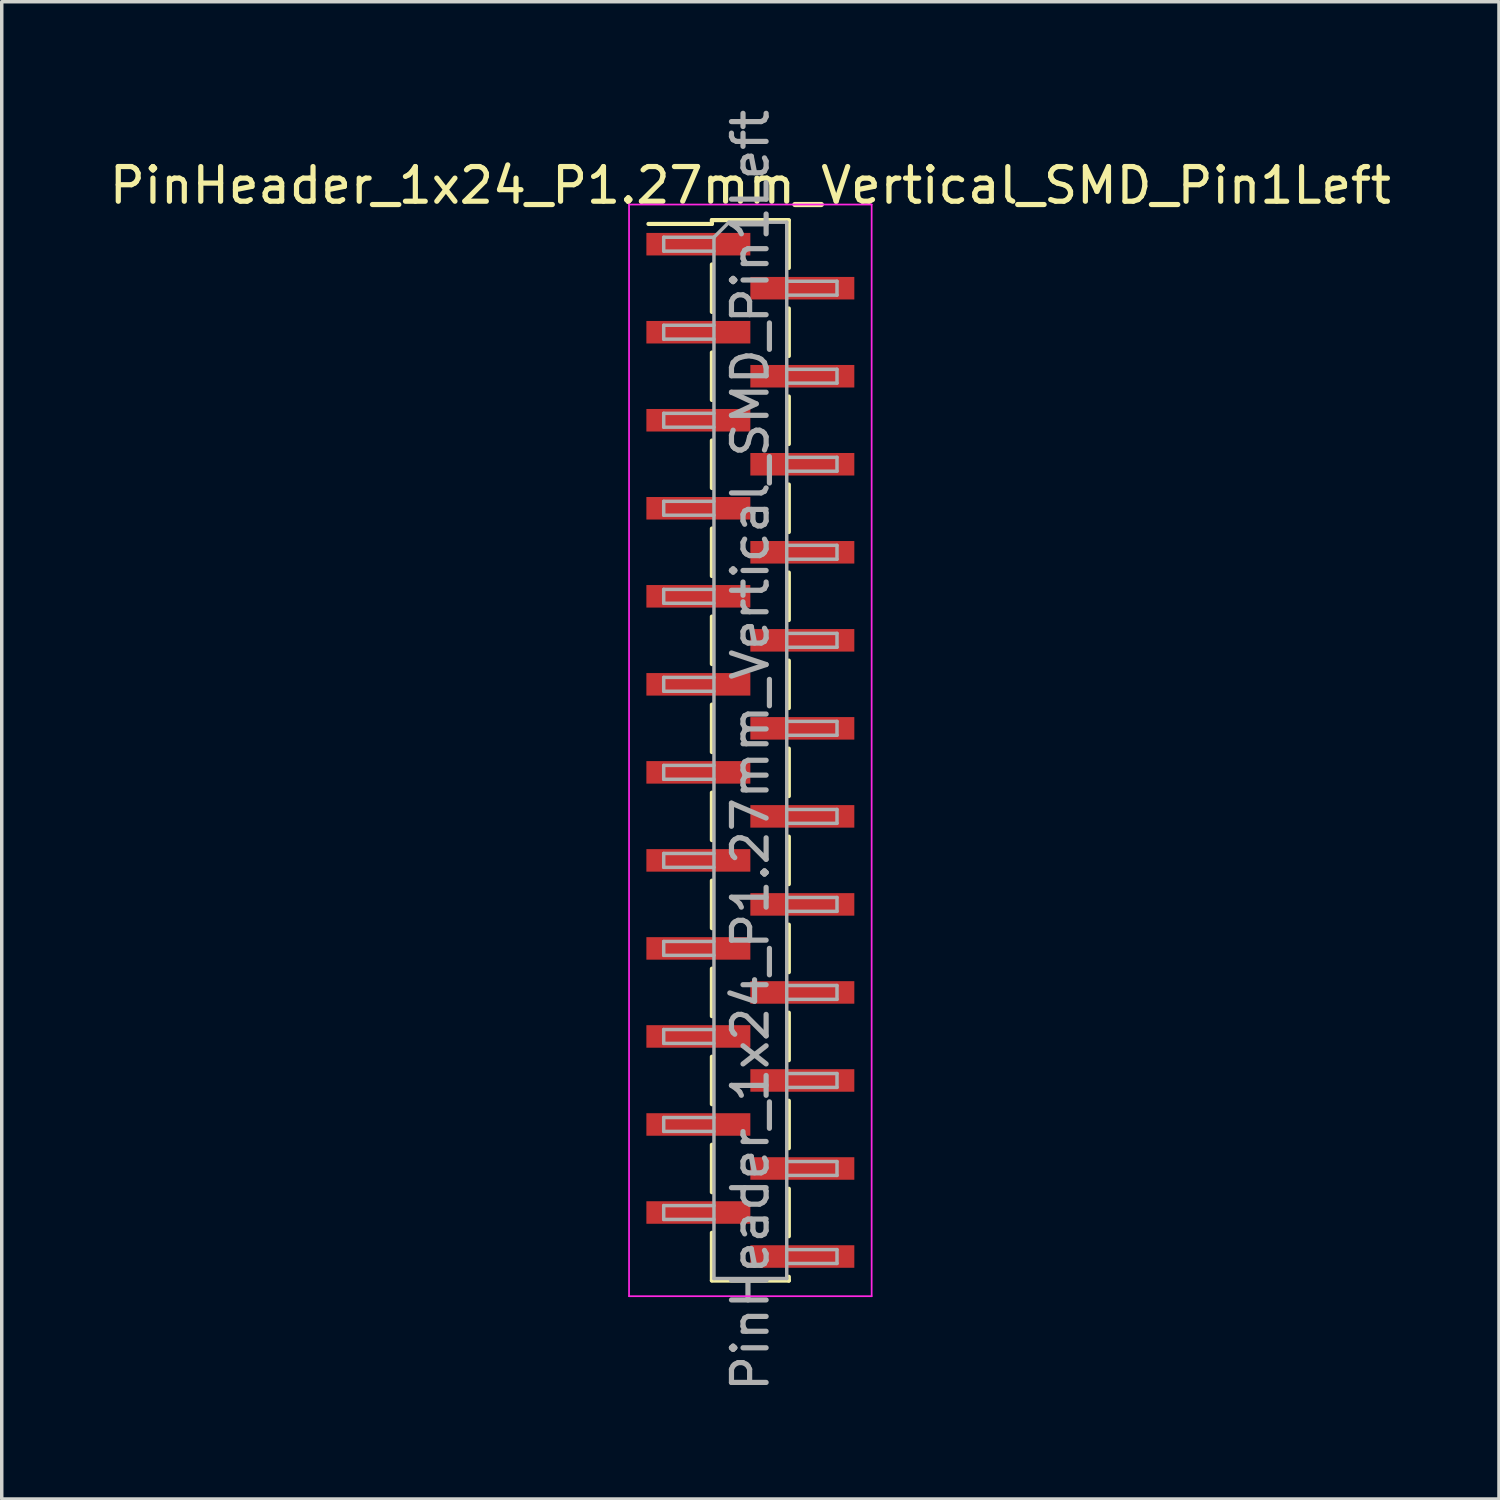
<source format=kicad_pcb>
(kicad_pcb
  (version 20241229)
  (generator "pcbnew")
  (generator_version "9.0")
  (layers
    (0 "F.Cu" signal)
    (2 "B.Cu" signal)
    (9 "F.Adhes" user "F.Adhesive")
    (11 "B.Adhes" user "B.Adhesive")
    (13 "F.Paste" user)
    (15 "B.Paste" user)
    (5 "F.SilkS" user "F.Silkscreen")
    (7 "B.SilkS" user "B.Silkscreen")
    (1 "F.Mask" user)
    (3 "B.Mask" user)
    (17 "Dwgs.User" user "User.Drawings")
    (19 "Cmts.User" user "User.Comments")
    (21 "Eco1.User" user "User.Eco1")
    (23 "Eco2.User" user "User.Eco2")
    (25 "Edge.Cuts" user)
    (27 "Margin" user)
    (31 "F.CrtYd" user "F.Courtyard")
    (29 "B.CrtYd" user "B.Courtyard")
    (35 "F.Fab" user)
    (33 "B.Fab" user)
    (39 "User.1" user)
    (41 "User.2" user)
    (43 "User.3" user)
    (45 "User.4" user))
  (footprint "PinHeader_1x24_P1.27mm_Vertical_SMD_Pin1Left"
    (layer "F.Cu")
    (at 18.601 18.601)
    (property "Reference" "PinHeader_1x24_P1.27mm_Vertical_SMD_Pin1Left" (at 0 -16.3 0) (layer "F.SilkS") (effects (font (size 1 1) (thickness 0.15))))
    (attr smd)
    (fp_line (start -1.11 -15.3) (end -1.11 -15.19) (stroke (width 0.12) (type solid)) (layer "F.SilkS"))
    (fp_line (start -1.11 -15.3) (end 1.11 -15.3) (stroke (width 0.12) (type solid)) (layer "F.SilkS"))
    (fp_line (start -1.11 -15.19) (end -2.94 -15.19) (stroke (width 0.12) (type solid)) (layer "F.SilkS"))
    (fp_line (start -1.11 -14.02) (end -1.11 -12.65) (stroke (width 0.12) (type solid)) (layer "F.SilkS"))
    (fp_line (start -1.11 -11.48) (end -1.11 -10.11) (stroke (width 0.12) (type solid)) (layer "F.SilkS"))
    (fp_line (start -1.11 -8.94) (end -1.11 -7.57) (stroke (width 0.12) (type solid)) (layer "F.SilkS"))
    (fp_line (start -1.11 -6.4) (end -1.11 -5.03) (stroke (width 0.12) (type solid)) (layer "F.SilkS"))
    (fp_line (start -1.11 -3.86) (end -1.11 -2.49) (stroke (width 0.12) (type solid)) (layer "F.SilkS"))
    (fp_line (start -1.11 -1.32) (end -1.11 0.05) (stroke (width 0.12) (type solid)) (layer "F.SilkS"))
    (fp_line (start -1.11 1.22) (end -1.11 2.59) (stroke (width 0.12) (type solid)) (layer "F.SilkS"))
    (fp_line (start -1.11 3.76) (end -1.11 5.13) (stroke (width 0.12) (type solid)) (layer "F.SilkS"))
    (fp_line (start -1.11 6.3) (end -1.11 7.67) (stroke (width 0.12) (type solid)) (layer "F.SilkS"))
    (fp_line (start -1.11 8.84) (end -1.11 10.21) (stroke (width 0.12) (type solid)) (layer "F.SilkS"))
    (fp_line (start -1.11 11.38) (end -1.11 12.75) (stroke (width 0.12) (type solid)) (layer "F.SilkS"))
    (fp_line (start -1.11 13.92) (end -1.11 15.29) (stroke (width 0.12) (type solid)) (layer "F.SilkS"))
    (fp_line (start -1.11 15.3) (end 1.11 15.3) (stroke (width 0.12) (type solid)) (layer "F.SilkS"))
    (fp_line (start 1.11 -15.29) (end 1.11 -13.92) (stroke (width 0.12) (type solid)) (layer "F.SilkS"))
    (fp_line (start 1.11 -12.75) (end 1.11 -11.38) (stroke (width 0.12) (type solid)) (layer "F.SilkS"))
    (fp_line (start 1.11 -10.21) (end 1.11 -8.84) (stroke (width 0.12) (type solid)) (layer "F.SilkS"))
    (fp_line (start 1.11 -7.67) (end 1.11 -6.3) (stroke (width 0.12) (type solid)) (layer "F.SilkS"))
    (fp_line (start 1.11 -5.13) (end 1.11 -3.76) (stroke (width 0.12) (type solid)) (layer "F.SilkS"))
    (fp_line (start 1.11 -2.59) (end 1.11 -1.22) (stroke (width 0.12) (type solid)) (layer "F.SilkS"))
    (fp_line (start 1.11 -0.05) (end 1.11 1.32) (stroke (width 0.12) (type solid)) (layer "F.SilkS"))
    (fp_line (start 1.11 2.49) (end 1.11 3.86) (stroke (width 0.12) (type solid)) (layer "F.SilkS"))
    (fp_line (start 1.11 5.03) (end 1.11 6.4) (stroke (width 0.12) (type solid)) (layer "F.SilkS"))
    (fp_line (start 1.11 7.57) (end 1.11 8.94) (stroke (width 0.12) (type solid)) (layer "F.SilkS"))
    (fp_line (start 1.11 10.11) (end 1.11 11.48) (stroke (width 0.12) (type solid)) (layer "F.SilkS"))
    (fp_line (start 1.11 12.65) (end 1.11 14.02) (stroke (width 0.12) (type solid)) (layer "F.SilkS"))
    (fp_line (start 1.11 15.19) (end 1.11 15.3) (stroke (width 0.12) (type solid)) (layer "F.SilkS"))
    (fp_line (start -3.5 -15.75) (end -3.5 15.75) (stroke (width 0.05) (type solid)) (layer "F.CrtYd"))
    (fp_line (start -3.5 15.75) (end 3.5 15.75) (stroke (width 0.05) (type solid)) (layer "F.CrtYd"))
    (fp_line (start 3.5 -15.75) (end -3.5 -15.75) (stroke (width 0.05) (type solid)) (layer "F.CrtYd"))
    (fp_line (start 3.5 15.75) (end 3.5 -15.75) (stroke (width 0.05) (type solid)) (layer "F.CrtYd"))
    (fp_line (start -2.5 -14.805) (end -2.5 -14.405) (stroke (width 0.1) (type solid)) (layer "F.Fab"))
    (fp_line (start -2.5 -14.405) (end -1.05 -14.405) (stroke (width 0.1) (type solid)) (layer "F.Fab"))
    (fp_line (start -2.5 -12.265) (end -2.5 -11.865) (stroke (width 0.1) (type solid)) (layer "F.Fab"))
    (fp_line (start -2.5 -11.865) (end -1.05 -11.865) (stroke (width 0.1) (type solid)) (layer "F.Fab"))
    (fp_line (start -2.5 -9.725) (end -2.5 -9.325) (stroke (width 0.1) (type solid)) (layer "F.Fab"))
    (fp_line (start -2.5 -9.325) (end -1.05 -9.325) (stroke (width 0.1) (type solid)) (layer "F.Fab"))
    (fp_line (start -2.5 -7.185) (end -2.5 -6.785) (stroke (width 0.1) (type solid)) (layer "F.Fab"))
    (fp_line (start -2.5 -6.785) (end -1.05 -6.785) (stroke (width 0.1) (type solid)) (layer "F.Fab"))
    (fp_line (start -2.5 -4.645) (end -2.5 -4.245) (stroke (width 0.1) (type solid)) (layer "F.Fab"))
    (fp_line (start -2.5 -4.245) (end -1.05 -4.245) (stroke (width 0.1) (type solid)) (layer "F.Fab"))
    (fp_line (start -2.5 -2.105) (end -2.5 -1.705) (stroke (width 0.1) (type solid)) (layer "F.Fab"))
    (fp_line (start -2.5 -1.705) (end -1.05 -1.705) (stroke (width 0.1) (type solid)) (layer "F.Fab"))
    (fp_line (start -2.5 0.435) (end -2.5 0.835) (stroke (width 0.1) (type solid)) (layer "F.Fab"))
    (fp_line (start -2.5 0.835) (end -1.05 0.835) (stroke (width 0.1) (type solid)) (layer "F.Fab"))
    (fp_line (start -2.5 2.975) (end -2.5 3.375) (stroke (width 0.1) (type solid)) (layer "F.Fab"))
    (fp_line (start -2.5 3.375) (end -1.05 3.375) (stroke (width 0.1) (type solid)) (layer "F.Fab"))
    (fp_line (start -2.5 5.515) (end -2.5 5.915) (stroke (width 0.1) (type solid)) (layer "F.Fab"))
    (fp_line (start -2.5 5.915) (end -1.05 5.915) (stroke (width 0.1) (type solid)) (layer "F.Fab"))
    (fp_line (start -2.5 8.055) (end -2.5 8.455) (stroke (width 0.1) (type solid)) (layer "F.Fab"))
    (fp_line (start -2.5 8.455) (end -1.05 8.455) (stroke (width 0.1) (type solid)) (layer "F.Fab"))
    (fp_line (start -2.5 10.595) (end -2.5 10.995) (stroke (width 0.1) (type solid)) (layer "F.Fab"))
    (fp_line (start -2.5 10.995) (end -1.05 10.995) (stroke (width 0.1) (type solid)) (layer "F.Fab"))
    (fp_line (start -2.5 13.135) (end -2.5 13.535) (stroke (width 0.1) (type solid)) (layer "F.Fab"))
    (fp_line (start -2.5 13.535) (end -1.05 13.535) (stroke (width 0.1) (type solid)) (layer "F.Fab"))
    (fp_line (start -1.05 -14.805) (end -2.5 -14.805) (stroke (width 0.1) (type solid)) (layer "F.Fab"))
    (fp_line (start -1.05 -14.805) (end -0.615 -15.24) (stroke (width 0.1) (type solid)) (layer "F.Fab"))
    (fp_line (start -1.05 -12.265) (end -2.5 -12.265) (stroke (width 0.1) (type solid)) (layer "F.Fab"))
    (fp_line (start -1.05 -9.725) (end -2.5 -9.725) (stroke (width 0.1) (type solid)) (layer "F.Fab"))
    (fp_line (start -1.05 -7.185) (end -2.5 -7.185) (stroke (width 0.1) (type solid)) (layer "F.Fab"))
    (fp_line (start -1.05 -4.645) (end -2.5 -4.645) (stroke (width 0.1) (type solid)) (layer "F.Fab"))
    (fp_line (start -1.05 -2.105) (end -2.5 -2.105) (stroke (width 0.1) (type solid)) (layer "F.Fab"))
    (fp_line (start -1.05 0.435) (end -2.5 0.435) (stroke (width 0.1) (type solid)) (layer "F.Fab"))
    (fp_line (start -1.05 2.975) (end -2.5 2.975) (stroke (width 0.1) (type solid)) (layer "F.Fab"))
    (fp_line (start -1.05 5.515) (end -2.5 5.515) (stroke (width 0.1) (type solid)) (layer "F.Fab"))
    (fp_line (start -1.05 8.055) (end -2.5 8.055) (stroke (width 0.1) (type solid)) (layer "F.Fab"))
    (fp_line (start -1.05 10.595) (end -2.5 10.595) (stroke (width 0.1) (type solid)) (layer "F.Fab"))
    (fp_line (start -1.05 13.135) (end -2.5 13.135) (stroke (width 0.1) (type solid)) (layer "F.Fab"))
    (fp_line (start -1.05 15.24) (end -1.05 -14.805) (stroke (width 0.1) (type solid)) (layer "F.Fab"))
    (fp_line (start -0.615 -15.24) (end 1.05 -15.24) (stroke (width 0.1) (type solid)) (layer "F.Fab"))
    (fp_line (start 1.05 -15.24) (end 1.05 15.24) (stroke (width 0.1) (type solid)) (layer "F.Fab"))
    (fp_line (start 1.05 -13.535) (end 2.5 -13.535) (stroke (width 0.1) (type solid)) (layer "F.Fab"))
    (fp_line (start 1.05 -10.995) (end 2.5 -10.995) (stroke (width 0.1) (type solid)) (layer "F.Fab"))
    (fp_line (start 1.05 -8.455) (end 2.5 -8.455) (stroke (width 0.1) (type solid)) (layer "F.Fab"))
    (fp_line (start 1.05 -5.915) (end 2.5 -5.915) (stroke (width 0.1) (type solid)) (layer "F.Fab"))
    (fp_line (start 1.05 -3.375) (end 2.5 -3.375) (stroke (width 0.1) (type solid)) (layer "F.Fab"))
    (fp_line (start 1.05 -0.835) (end 2.5 -0.835) (stroke (width 0.1) (type solid)) (layer "F.Fab"))
    (fp_line (start 1.05 1.705) (end 2.5 1.705) (stroke (width 0.1) (type solid)) (layer "F.Fab"))
    (fp_line (start 1.05 4.245) (end 2.5 4.245) (stroke (width 0.1) (type solid)) (layer "F.Fab"))
    (fp_line (start 1.05 6.785) (end 2.5 6.785) (stroke (width 0.1) (type solid)) (layer "F.Fab"))
    (fp_line (start 1.05 9.325) (end 2.5 9.325) (stroke (width 0.1) (type solid)) (layer "F.Fab"))
    (fp_line (start 1.05 11.865) (end 2.5 11.865) (stroke (width 0.1) (type solid)) (layer "F.Fab"))
    (fp_line (start 1.05 14.405) (end 2.5 14.405) (stroke (width 0.1) (type solid)) (layer "F.Fab"))
    (fp_line (start 1.05 15.24) (end -1.05 15.24) (stroke (width 0.1) (type solid)) (layer "F.Fab"))
    (fp_line (start 2.5 -13.535) (end 2.5 -13.135) (stroke (width 0.1) (type solid)) (layer "F.Fab"))
    (fp_line (start 2.5 -13.135) (end 1.05 -13.135) (stroke (width 0.1) (type solid)) (layer "F.Fab"))
    (fp_line (start 2.5 -10.995) (end 2.5 -10.595) (stroke (width 0.1) (type solid)) (layer "F.Fab"))
    (fp_line (start 2.5 -10.595) (end 1.05 -10.595) (stroke (width 0.1) (type solid)) (layer "F.Fab"))
    (fp_line (start 2.5 -8.455) (end 2.5 -8.055) (stroke (width 0.1) (type solid)) (layer "F.Fab"))
    (fp_line (start 2.5 -8.055) (end 1.05 -8.055) (stroke (width 0.1) (type solid)) (layer "F.Fab"))
    (fp_line (start 2.5 -5.915) (end 2.5 -5.515) (stroke (width 0.1) (type solid)) (layer "F.Fab"))
    (fp_line (start 2.5 -5.515) (end 1.05 -5.515) (stroke (width 0.1) (type solid)) (layer "F.Fab"))
    (fp_line (start 2.5 -3.375) (end 2.5 -2.975) (stroke (width 0.1) (type solid)) (layer "F.Fab"))
    (fp_line (start 2.5 -2.975) (end 1.05 -2.975) (stroke (width 0.1) (type solid)) (layer "F.Fab"))
    (fp_line (start 2.5 -0.835) (end 2.5 -0.435) (stroke (width 0.1) (type solid)) (layer "F.Fab"))
    (fp_line (start 2.5 -0.435) (end 1.05 -0.435) (stroke (width 0.1) (type solid)) (layer "F.Fab"))
    (fp_line (start 2.5 1.705) (end 2.5 2.105) (stroke (width 0.1) (type solid)) (layer "F.Fab"))
    (fp_line (start 2.5 2.105) (end 1.05 2.105) (stroke (width 0.1) (type solid)) (layer "F.Fab"))
    (fp_line (start 2.5 4.245) (end 2.5 4.645) (stroke (width 0.1) (type solid)) (layer "F.Fab"))
    (fp_line (start 2.5 4.645) (end 1.05 4.645) (stroke (width 0.1) (type solid)) (layer "F.Fab"))
    (fp_line (start 2.5 6.785) (end 2.5 7.185) (stroke (width 0.1) (type solid)) (layer "F.Fab"))
    (fp_line (start 2.5 7.185) (end 1.05 7.185) (stroke (width 0.1) (type solid)) (layer "F.Fab"))
    (fp_line (start 2.5 9.325) (end 2.5 9.725) (stroke (width 0.1) (type solid)) (layer "F.Fab"))
    (fp_line (start 2.5 9.725) (end 1.05 9.725) (stroke (width 0.1) (type solid)) (layer "F.Fab"))
    (fp_line (start 2.5 11.865) (end 2.5 12.265) (stroke (width 0.1) (type solid)) (layer "F.Fab"))
    (fp_line (start 2.5 12.265) (end 1.05 12.265) (stroke (width 0.1) (type solid)) (layer "F.Fab"))
    (fp_line (start 2.5 14.405) (end 2.5 14.805) (stroke (width 0.1) (type solid)) (layer "F.Fab"))
    (fp_line (start 2.5 14.805) (end 1.05 14.805) (stroke (width 0.1) (type solid)) (layer "F.Fab"))
    (fp_text user "${REFERENCE}" (at 0 0 90) (layer "F.Fab") (effects (font (size 1 1) (thickness 0.15))))
    (pad "1" smd rect (at -1.5 -14.605) (size 3 0.65) (layers "F.Cu" "F.Mask" "F.Paste"))
    (pad "2" smd rect (at 1.5 -13.335) (size 3 0.65) (layers "F.Cu" "F.Mask" "F.Paste"))
    (pad "3" smd rect (at -1.5 -12.065) (size 3 0.65) (layers "F.Cu" "F.Mask" "F.Paste"))
    (pad "4" smd rect (at 1.5 -10.795) (size 3 0.65) (layers "F.Cu" "F.Mask" "F.Paste"))
    (pad "5" smd rect (at -1.5 -9.525) (size 3 0.65) (layers "F.Cu" "F.Mask" "F.Paste"))
    (pad "6" smd rect (at 1.5 -8.255) (size 3 0.65) (layers "F.Cu" "F.Mask" "F.Paste"))
    (pad "7" smd rect (at -1.5 -6.985) (size 3 0.65) (layers "F.Cu" "F.Mask" "F.Paste"))
    (pad "8" smd rect (at 1.5 -5.715) (size 3 0.65) (layers "F.Cu" "F.Mask" "F.Paste"))
    (pad "9" smd rect (at -1.5 -4.445) (size 3 0.65) (layers "F.Cu" "F.Mask" "F.Paste"))
    (pad "10" smd rect (at 1.5 -3.175) (size 3 0.65) (layers "F.Cu" "F.Mask" "F.Paste"))
    (pad "11" smd rect (at -1.5 -1.905) (size 3 0.65) (layers "F.Cu" "F.Mask" "F.Paste"))
    (pad "12" smd rect (at 1.5 -0.635) (size 3 0.65) (layers "F.Cu" "F.Mask" "F.Paste"))
    (pad "13" smd rect (at -1.5 0.635) (size 3 0.65) (layers "F.Cu" "F.Mask" "F.Paste"))
    (pad "14" smd rect (at 1.5 1.905) (size 3 0.65) (layers "F.Cu" "F.Mask" "F.Paste"))
    (pad "15" smd rect (at -1.5 3.175) (size 3 0.65) (layers "F.Cu" "F.Mask" "F.Paste"))
    (pad "16" smd rect (at 1.5 4.445) (size 3 0.65) (layers "F.Cu" "F.Mask" "F.Paste"))
    (pad "17" smd rect (at -1.5 5.715) (size 3 0.65) (layers "F.Cu" "F.Mask" "F.Paste"))
    (pad "18" smd rect (at 1.5 6.985) (size 3 0.65) (layers "F.Cu" "F.Mask" "F.Paste"))
    (pad "19" smd rect (at -1.5 8.255) (size 3 0.65) (layers "F.Cu" "F.Mask" "F.Paste"))
    (pad "20" smd rect (at 1.5 9.525) (size 3 0.65) (layers "F.Cu" "F.Mask" "F.Paste"))
    (pad "21" smd rect (at -1.5 10.795) (size 3 0.65) (layers "F.Cu" "F.Mask" "F.Paste"))
    (pad "22" smd rect (at 1.5 12.065) (size 3 0.65) (layers "F.Cu" "F.Mask" "F.Paste"))
    (pad "23" smd rect (at -1.5 13.335) (size 3 0.65) (layers "F.Cu" "F.Mask" "F.Paste"))
    (pad "24" smd rect (at 1.5 14.605) (size 3 0.65) (layers "F.Cu" "F.Mask" "F.Paste")))
  (gr_rect
    (start -3 -3)
    (end 40.202 40.202)
    (stroke (width 0.1) (type default))
    (fill no)
    (layer "Edge.Cuts")))
</source>
